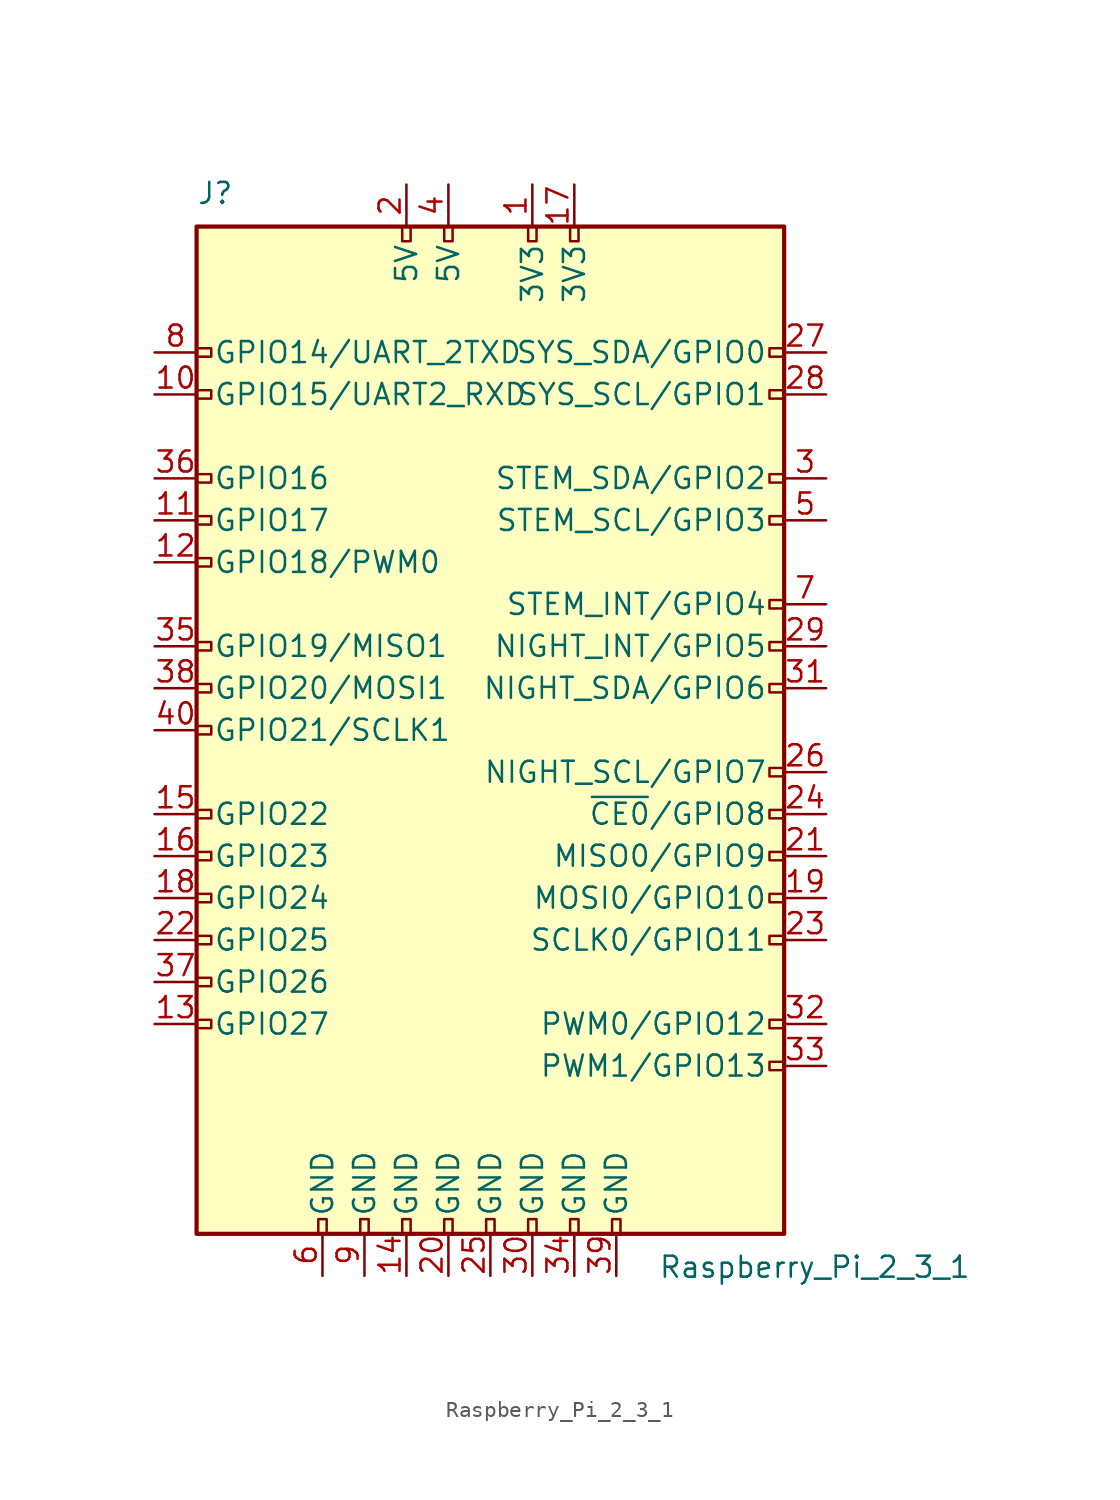
<source format=kicad_sym>
(kicad_symbol_lib
  (version 20211014)
  (generator kicad_symbol_editor)
  (symbol "Raspberry_Pi_2_3_1"
    (pin_names
      (offset 1.016))
    (property "Reference" "J"
      (at -17.78 31.75 0)
      (effects (font (size 1.27 1.27)) (justify left bottom)))
    (property "Value" "Raspberry_Pi_2_3_1"
      (at 10.16 -31.75 0)
      (effects (font (size 1.27 1.27)) (justify left top)))
    (symbol "Raspberry_Pi_2_3_1_0_1"
      (rectangle (start -17.78 30.48) (end 17.78 -30.48) (stroke (width 0.254) (type default) (color 0 0 0 0)) (fill (type background))))
    (symbol "Raspberry_Pi_2_3_1_1_1"
      (rectangle (start -16.891 -17.526) (end -17.78 -18.034) (stroke (width 0) (type default) (color 0 0 0 0)) (fill (type none)))
      (rectangle (start -16.891 -14.986) (end -17.78 -15.494) (stroke (width 0) (type default) (color 0 0 0 0)) (fill (type none)))
      (rectangle (start -16.891 -12.446) (end -17.78 -12.954) (stroke (width 0) (type default) (color 0 0 0 0)) (fill (type none)))
      (rectangle (start -16.891 -9.906) (end -17.78 -10.414) (stroke (width 0) (type default) (color 0 0 0 0)) (fill (type none)))
      (rectangle (start -16.891 -7.366) (end -17.78 -7.874) (stroke (width 0) (type default) (color 0 0 0 0)) (fill (type none)))
      (rectangle (start -16.891 -4.826) (end -17.78 -5.334) (stroke (width 0) (type default) (color 0 0 0 0)) (fill (type none)))
      (rectangle (start -16.891 0.254) (end -17.78 -0.254) (stroke (width 0) (type default) (color 0 0 0 0)) (fill (type none)))
      (rectangle (start -16.891 2.794) (end -17.78 2.286) (stroke (width 0) (type default) (color 0 0 0 0)) (fill (type none)))
      (rectangle (start -16.891 5.334) (end -17.78 4.826) (stroke (width 0) (type default) (color 0 0 0 0)) (fill (type none)))
      (rectangle (start -16.891 10.414) (end -17.78 9.906) (stroke (width 0) (type default) (color 0 0 0 0)) (fill (type none)))
      (rectangle (start -16.891 12.954) (end -17.78 12.446) (stroke (width 0) (type default) (color 0 0 0 0)) (fill (type none)))
      (rectangle (start -16.891 15.494) (end -17.78 14.986) (stroke (width 0) (type default) (color 0 0 0 0)) (fill (type none)))
      (rectangle (start -16.891 20.574) (end -17.78 20.066) (stroke (width 0) (type default) (color 0 0 0 0)) (fill (type none)))
      (rectangle (start -16.891 23.114) (end -17.78 22.606) (stroke (width 0) (type default) (color 0 0 0 0)) (fill (type none)))
      (rectangle (start -10.414 -29.591) (end -9.906 -30.48) (stroke (width 0) (type default) (color 0 0 0 0)) (fill (type none)))
      (rectangle (start -7.874 -29.591) (end -7.366 -30.48) (stroke (width 0) (type default) (color 0 0 0 0)) (fill (type none)))
      (rectangle (start -5.334 -29.591) (end -4.826 -30.48) (stroke (width 0) (type default) (color 0 0 0 0)) (fill (type none)))
      (rectangle (start -5.334 30.48) (end -4.826 29.591) (stroke (width 0) (type default) (color 0 0 0 0)) (fill (type none)))
      (rectangle (start -2.794 -29.591) (end -2.286 -30.48) (stroke (width 0) (type default) (color 0 0 0 0)) (fill (type none)))
      (rectangle (start -2.794 30.48) (end -2.286 29.591) (stroke (width 0) (type default) (color 0 0 0 0)) (fill (type none)))
      (rectangle (start -0.254 -29.591) (end 0.254 -30.48) (stroke (width 0) (type default) (color 0 0 0 0)) (fill (type none)))
      (rectangle (start 2.286 -29.591) (end 2.794 -30.48) (stroke (width 0) (type default) (color 0 0 0 0)) (fill (type none)))
      (rectangle (start 2.286 30.48) (end 2.794 29.591) (stroke (width 0) (type default) (color 0 0 0 0)) (fill (type none)))
      (rectangle (start 4.826 -29.591) (end 5.334 -30.48) (stroke (width 0) (type default) (color 0 0 0 0)) (fill (type none)))
      (rectangle (start 4.826 30.48) (end 5.334 29.591) (stroke (width 0) (type default) (color 0 0 0 0)) (fill (type none)))
      (rectangle (start 7.366 -29.591) (end 7.874 -30.48) (stroke (width 0) (type default) (color 0 0 0 0)) (fill (type none)))
      (rectangle (start 17.78 -20.066) (end 16.891 -20.574) (stroke (width 0) (type default) (color 0 0 0 0)) (fill (type none)))
      (rectangle (start 17.78 -17.526) (end 16.891 -18.034) (stroke (width 0) (type default) (color 0 0 0 0)) (fill (type none)))
      (rectangle (start 17.78 -12.446) (end 16.891 -12.954) (stroke (width 0) (type default) (color 0 0 0 0)) (fill (type none)))
      (rectangle (start 17.78 -9.906) (end 16.891 -10.414) (stroke (width 0) (type default) (color 0 0 0 0)) (fill (type none)))
      (rectangle (start 17.78 -7.366) (end 16.891 -7.874) (stroke (width 0) (type default) (color 0 0 0 0)) (fill (type none)))
      (rectangle (start 17.78 -4.826) (end 16.891 -5.334) (stroke (width 0) (type default) (color 0 0 0 0)) (fill (type none)))
      (rectangle (start 17.78 -2.286) (end 16.891 -2.794) (stroke (width 0) (type default) (color 0 0 0 0)) (fill (type none)))
      (rectangle (start 17.78 2.794) (end 16.891 2.286) (stroke (width 0) (type default) (color 0 0 0 0)) (fill (type none)))
      (rectangle (start 17.78 5.334) (end 16.891 4.826) (stroke (width 0) (type default) (color 0 0 0 0)) (fill (type none)))
      (rectangle (start 17.78 7.874) (end 16.891 7.366) (stroke (width 0) (type default) (color 0 0 0 0)) (fill (type none)))
      (rectangle (start 17.78 12.954) (end 16.891 12.446) (stroke (width 0) (type default) (color 0 0 0 0)) (fill (type none)))
      (rectangle (start 17.78 15.494) (end 16.891 14.986) (stroke (width 0) (type default) (color 0 0 0 0)) (fill (type none)))
      (rectangle (start 17.78 20.574) (end 16.891 20.066) (stroke (width 0) (type default) (color 0 0 0 0)) (fill (type none)))
      (rectangle (start 17.78 23.114) (end 16.891 22.606) (stroke (width 0) (type default) (color 0 0 0 0)) (fill (type none)))
      (pin power_in line (at 2.54 33.02 270) (length 2.54) (name "3V3" (effects (font (size 1.27 1.27)))) (number "1" (effects (font (size 1.27 1.27)))))
      (pin bidirectional line (at -20.32 20.32 0) (length 2.54) (name "GPIO15/UART2_RXD" (effects (font (size 1.27 1.27)))) (number "10" (effects (font (size 1.27 1.27)))))
      (pin bidirectional line (at -20.32 12.7 0) (length 2.54) (name "GPIO17" (effects (font (size 1.27 1.27)))) (number "11" (effects (font (size 1.27 1.27)))))
      (pin bidirectional line (at -20.32 10.16 0) (length 2.54) (name "GPIO18/PWM0" (effects (font (size 1.27 1.27)))) (number "12" (effects (font (size 1.27 1.27)))))
      (pin bidirectional line (at -20.32 -17.78 0) (length 2.54) (name "GPIO27" (effects (font (size 1.27 1.27)))) (number "13" (effects (font (size 1.27 1.27)))))
      (pin power_in line (at -5.08 -33.02 90) (length 2.54) (name "GND" (effects (font (size 1.27 1.27)))) (number "14" (effects (font (size 1.27 1.27)))))
      (pin bidirectional line (at -20.32 -5.08 0) (length 2.54) (name "GPIO22" (effects (font (size 1.27 1.27)))) (number "15" (effects (font (size 1.27 1.27)))))
      (pin bidirectional line (at -20.32 -7.62 0) (length 2.54) (name "GPIO23" (effects (font (size 1.27 1.27)))) (number "16" (effects (font (size 1.27 1.27)))))
      (pin power_in line (at 5.08 33.02 270) (length 2.54) (name "3V3" (effects (font (size 1.27 1.27)))) (number "17" (effects (font (size 1.27 1.27)))))
      (pin bidirectional line (at -20.32 -10.16 0) (length 2.54) (name "GPIO24" (effects (font (size 1.27 1.27)))) (number "18" (effects (font (size 1.27 1.27)))))
      (pin bidirectional line (at 20.32 -10.16 180) (length 2.54) (name "MOSI0/GPIO10" (effects (font (size 1.27 1.27)))) (number "19" (effects (font (size 1.27 1.27)))))
      (pin power_in line (at -5.08 33.02 270) (length 2.54) (name "5V" (effects (font (size 1.27 1.27)))) (number "2" (effects (font (size 1.27 1.27)))))
      (pin power_in line (at -2.54 -33.02 90) (length 2.54) (name "GND" (effects (font (size 1.27 1.27)))) (number "20" (effects (font (size 1.27 1.27)))))
      (pin bidirectional line (at 20.32 -7.62 180) (length 2.54) (name "MISO0/GPIO9" (effects (font (size 1.27 1.27)))) (number "21" (effects (font (size 1.27 1.27)))))
      (pin bidirectional line (at -20.32 -12.7 0) (length 2.54) (name "GPIO25" (effects (font (size 1.27 1.27)))) (number "22" (effects (font (size 1.27 1.27)))))
      (pin bidirectional line (at 20.32 -12.7 180) (length 2.54) (name "SCLK0/GPIO11" (effects (font (size 1.27 1.27)))) (number "23" (effects (font (size 1.27 1.27)))))
      (pin bidirectional line (at 20.32 -5.08 180) (length 2.54) (name "~{CE0}/GPIO8" (effects (font (size 1.27 1.27)))) (number "24" (effects (font (size 1.27 1.27)))))
      (pin power_in line (at 0 -33.02 90) (length 2.54) (name "GND" (effects (font (size 1.27 1.27)))) (number "25" (effects (font (size 1.27 1.27)))))
      (pin bidirectional line (at 20.32 -2.54 180) (length 2.54) (name "NIGHT_SCL/GPIO7" (effects (font (size 1.27 1.27)))) (number "26" (effects (font (size 1.27 1.27)))))
      (pin bidirectional line (at 20.32 22.86 180) (length 2.54) (name "SYS_SDA/GPIO0" (effects (font (size 1.27 1.27)))) (number "27" (effects (font (size 1.27 1.27)))))
      (pin bidirectional line (at 20.32 20.32 180) (length 2.54) (name "SYS_SCL/GPIO1" (effects (font (size 1.27 1.27)))) (number "28" (effects (font (size 1.27 1.27)))))
      (pin bidirectional line (at 20.32 5.08 180) (length 2.54) (name "NIGHT_INT/GPIO5" (effects (font (size 1.27 1.27)))) (number "29" (effects (font (size 1.27 1.27)))))
      (pin bidirectional line (at 20.32 15.24 180) (length 2.54) (name "STEM_SDA/GPIO2" (effects (font (size 1.27 1.27)))) (number "3" (effects (font (size 1.27 1.27)))))
      (pin power_in line (at 2.54 -33.02 90) (length 2.54) (name "GND" (effects (font (size 1.27 1.27)))) (number "30" (effects (font (size 1.27 1.27)))))
      (pin bidirectional line (at 20.32 2.54 180) (length 2.54) (name "NIGHT_SDA/GPIO6" (effects (font (size 1.27 1.27)))) (number "31" (effects (font (size 1.27 1.27)))))
      (pin bidirectional line (at 20.32 -17.78 180) (length 2.54) (name "PWM0/GPIO12" (effects (font (size 1.27 1.27)))) (number "32" (effects (font (size 1.27 1.27)))))
      (pin bidirectional line (at 20.32 -20.32 180) (length 2.54) (name "PWM1/GPIO13" (effects (font (size 1.27 1.27)))) (number "33" (effects (font (size 1.27 1.27)))))
      (pin power_in line (at 5.08 -33.02 90) (length 2.54) (name "GND" (effects (font (size 1.27 1.27)))) (number "34" (effects (font (size 1.27 1.27)))))
      (pin bidirectional line (at -20.32 5.08 0) (length 2.54) (name "GPIO19/MISO1" (effects (font (size 1.27 1.27)))) (number "35" (effects (font (size 1.27 1.27)))))
      (pin bidirectional line (at -20.32 15.24 0) (length 2.54) (name "GPIO16" (effects (font (size 1.27 1.27)))) (number "36" (effects (font (size 1.27 1.27)))))
      (pin bidirectional line (at -20.32 -15.24 0) (length 2.54) (name "GPIO26" (effects (font (size 1.27 1.27)))) (number "37" (effects (font (size 1.27 1.27)))))
      (pin bidirectional line (at -20.32 2.54 0) (length 2.54) (name "GPIO20/MOSI1" (effects (font (size 1.27 1.27)))) (number "38" (effects (font (size 1.27 1.27)))))
      (pin power_in line (at 7.62 -33.02 90) (length 2.54) (name "GND" (effects (font (size 1.27 1.27)))) (number "39" (effects (font (size 1.27 1.27)))))
      (pin power_in line (at -2.54 33.02 270) (length 2.54) (name "5V" (effects (font (size 1.27 1.27)))) (number "4" (effects (font (size 1.27 1.27)))))
      (pin bidirectional line (at -20.32 0 0) (length 2.54) (name "GPIO21/SCLK1" (effects (font (size 1.27 1.27)))) (number "40" (effects (font (size 1.27 1.27)))))
      (pin bidirectional line (at 20.32 12.7 180) (length 2.54) (name "STEM_SCL/GPIO3" (effects (font (size 1.27 1.27)))) (number "5" (effects (font (size 1.27 1.27)))))
      (pin power_in line (at -10.16 -33.02 90) (length 2.54) (name "GND" (effects (font (size 1.27 1.27)))) (number "6" (effects (font (size 1.27 1.27)))))
      (pin bidirectional line (at 20.32 7.62 180) (length 2.54) (name "STEM_INT/GPIO4" (effects (font (size 1.27 1.27)))) (number "7" (effects (font (size 1.27 1.27)))))
      (pin bidirectional line (at -20.32 22.86 0) (length 2.54) (name "GPIO14/UART_2TXD" (effects (font (size 1.27 1.27)))) (number "8" (effects (font (size 1.27 1.27)))))
      (pin power_in line (at -7.62 -33.02 90) (length 2.54) (name "GND" (effects (font (size 1.27 1.27)))) (number "9" (effects (font (size 1.27 1.27))))))))
</source>
